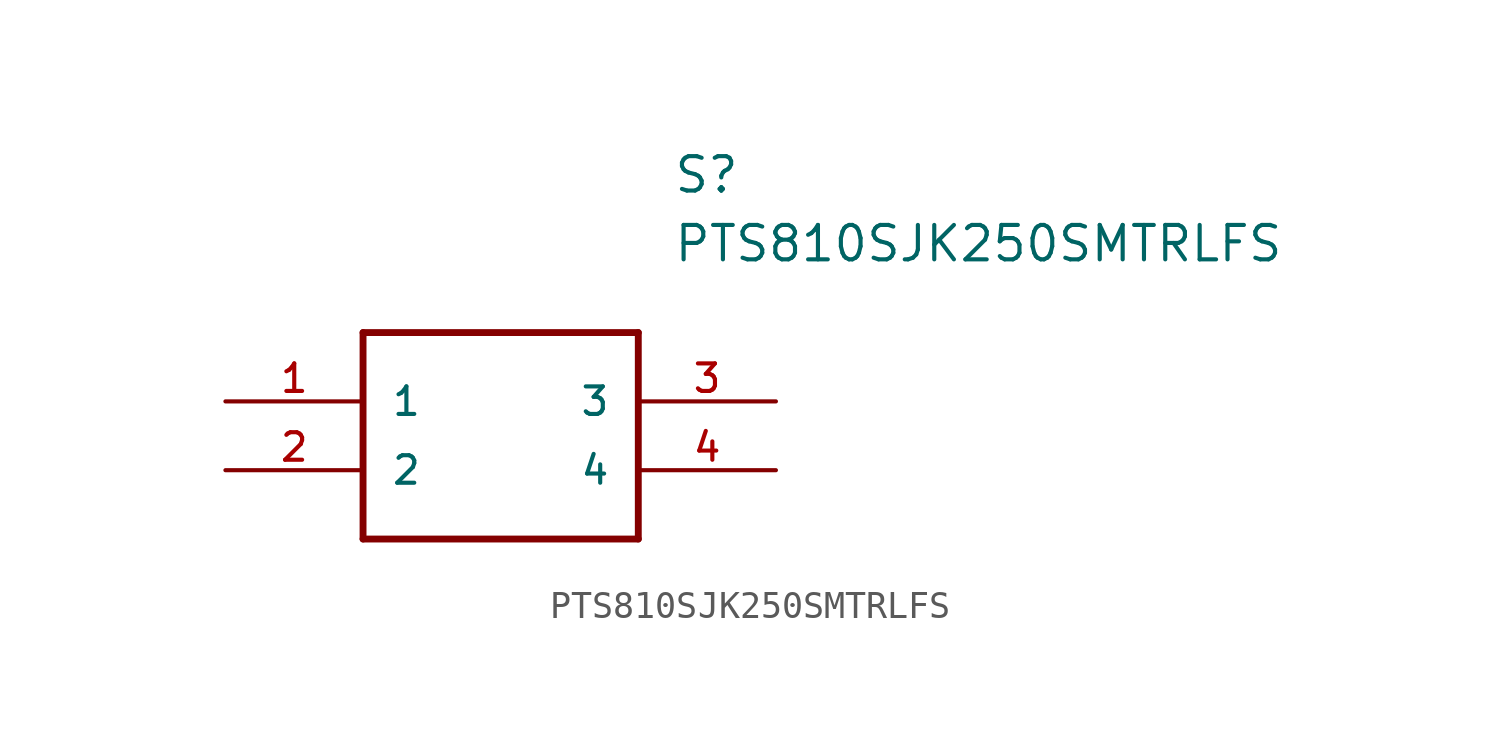
<source format=kicad_sym>
(kicad_symbol_lib
  (version 20211014)
  (generator kicad_symbol_editor)
  (symbol "PTS810SJK250SMTRLFS"
    (pin_names
      (offset 1.016))
    (property "Reference" "S"
      (at 16.51 7.62 0)
      (effects (font (size 1.27 1.27)) (justify left bottom)))
    (property "Value" "PTS810SJK250SMTRLFS"
      (at 16.51 5.08 0)
      (effects (font (size 1.27 1.27)) (justify left bottom)))
    (property "ki_locked" ""
      (at 0 0 0)
      (effects (font (size 1.27 1.27))))
    (symbol "PTS810SJK250SMTRLFS_0_0"
      (polyline (pts (xy 5.08 2.54) (xy 5.08 -5.08)) (stroke (width 0.254) (type default) (color 0 0 0 0)) (fill (type none)))
      (polyline (pts (xy 5.08 2.54) (xy 15.24 2.54)) (stroke (width 0.254) (type default) (color 0 0 0 0)) (fill (type none)))
      (polyline (pts (xy 15.24 -5.08) (xy 5.08 -5.08)) (stroke (width 0.254) (type default) (color 0 0 0 0)) (fill (type none)))
      (polyline (pts (xy 15.24 -5.08) (xy 15.24 2.54)) (stroke (width 0.254) (type default) (color 0 0 0 0)) (fill (type none)))
      (pin bidirectional line (at 0 0 0) (length 5.08) (name "1" (effects (font (size 1.016 1.016)))) (number "1" (effects (font (size 1.016 1.016)))))
      (pin bidirectional line (at 0 -2.54 0) (length 5.08) (name "2" (effects (font (size 1.016 1.016)))) (number "2" (effects (font (size 1.016 1.016)))))
      (pin bidirectional line (at 20.32 0 180) (length 5.08) (name "3" (effects (font (size 1.016 1.016)))) (number "3" (effects (font (size 1.016 1.016)))))
      (pin bidirectional line (at 20.32 -2.54 180) (length 5.08) (name "4" (effects (font (size 1.016 1.016)))) (number "4" (effects (font (size 1.016 1.016))))))))
</source>
